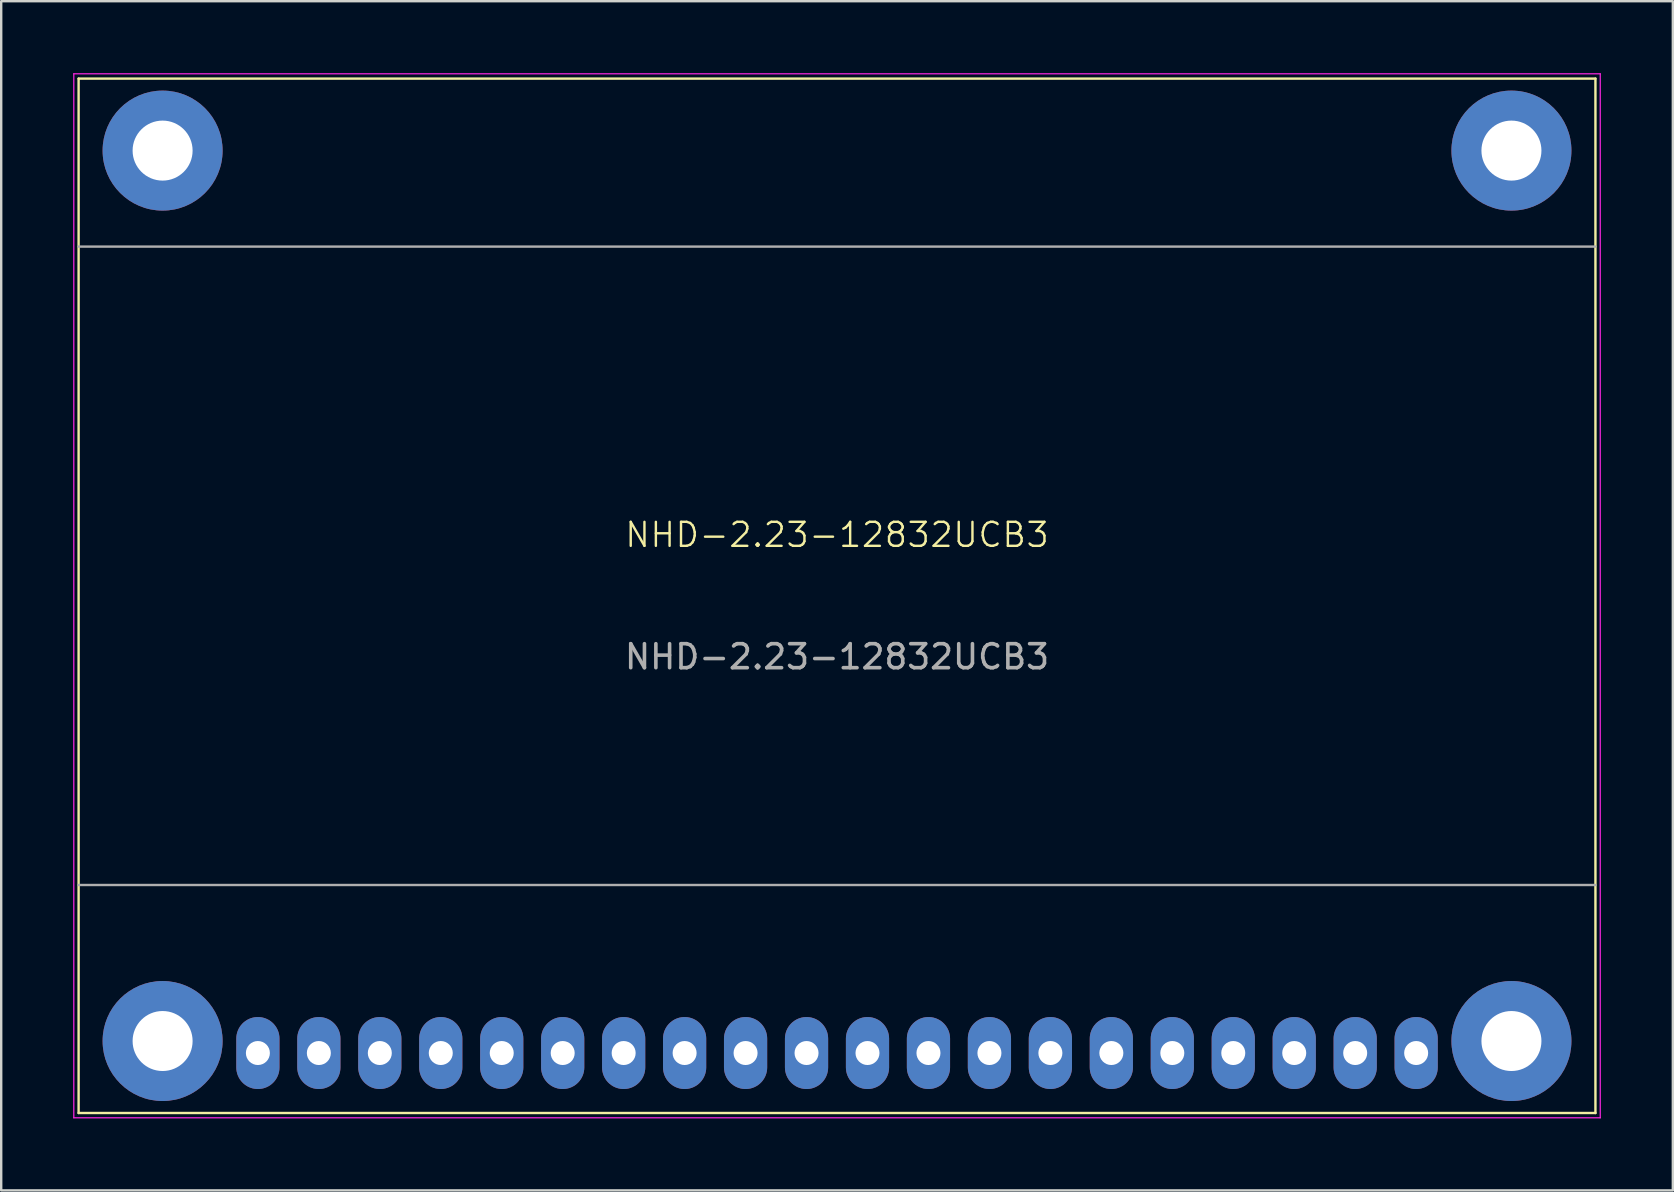
<source format=kicad_pcb>
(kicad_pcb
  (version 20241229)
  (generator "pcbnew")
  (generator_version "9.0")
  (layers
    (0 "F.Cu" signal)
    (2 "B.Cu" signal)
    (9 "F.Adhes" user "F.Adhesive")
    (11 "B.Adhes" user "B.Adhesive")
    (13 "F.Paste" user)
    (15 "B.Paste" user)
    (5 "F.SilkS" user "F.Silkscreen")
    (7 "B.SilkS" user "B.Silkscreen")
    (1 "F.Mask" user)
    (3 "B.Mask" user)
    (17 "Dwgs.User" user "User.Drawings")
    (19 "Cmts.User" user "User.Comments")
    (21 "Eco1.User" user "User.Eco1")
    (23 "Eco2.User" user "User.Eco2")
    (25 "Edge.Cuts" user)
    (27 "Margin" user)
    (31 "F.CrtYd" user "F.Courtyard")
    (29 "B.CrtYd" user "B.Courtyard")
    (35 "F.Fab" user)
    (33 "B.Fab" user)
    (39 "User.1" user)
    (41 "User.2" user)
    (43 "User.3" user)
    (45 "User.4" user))
  (footprint "NHD-2.23-12832UCB3"
    (layer "F.Cu")
    (at 31.825 21.775)
    (property "Reference" "NHD-2.23-12832UCB3" (at 0 -2.54 0) (unlocked yes) (layer "F.SilkS") (effects (font (size 1 1) (thickness 0.1))))
    (attr through_hole)
    (fp_line (start -31.6 -21.55) (end -31.6 21.55) (stroke (width 0.1) (type default)) (layer "F.SilkS"))
    (fp_line (start -31.6 -21.55) (end 31.6 -21.55) (stroke (width 0.1) (type default)) (layer "F.SilkS"))
    (fp_line (start 31.6 21.55) (end -31.6 21.55) (stroke (width 0.1) (type default)) (layer "F.SilkS"))
    (fp_line (start 31.6 21.55) (end 31.6 -21.55) (stroke (width 0.1) (type default)) (layer "F.SilkS"))
    (fp_line (start -31.8 21.75) (end -31.8 -21.75) (stroke (width 0.05) (type default)) (layer "F.CrtYd"))
    (fp_line (start -31.8 21.75) (end 31.8 21.75) (stroke (width 0.05) (type default)) (layer "F.CrtYd"))
    (fp_line (start 31.8 -21.75) (end -31.8 -21.75) (stroke (width 0.05) (type default)) (layer "F.CrtYd"))
    (fp_line (start 31.8 21.75) (end 31.8 -21.75) (stroke (width 0.05) (type default)) (layer "F.CrtYd"))
    (fp_line (start -31.6 -14.55) (end 31.6 -14.55) (stroke (width 0.1) (type default)) (layer "F.Fab"))
    (fp_line (start -31.6 12.05) (end 31.6 12.05) (stroke (width 0.1) (type default)) (layer "F.Fab"))
    (fp_text user "${REFERENCE}" (at 0 2.54 0) (unlocked yes) (layer "F.Fab") (effects (font (size 1 1) (thickness 0.15))))
    (pad "1" thru_hole oval (at -24.13 19.05) (size 1.8 3) (drill 1) (layers "*.Cu" "*.Mask"))
    (pad "2" thru_hole oval (at -21.59 19.05) (size 1.8 3) (drill 1) (layers "*.Cu" "*.Mask"))
    (pad "3" thru_hole oval (at -19.05 19.05) (size 1.8 3) (drill 1) (layers "*.Cu" "*.Mask"))
    (pad "4" thru_hole oval (at -16.51 19.05) (size 1.8 3) (drill 1) (layers "*.Cu" "*.Mask"))
    (pad "5" thru_hole oval (at -13.97 19.05) (size 1.8 3) (drill 1) (layers "*.Cu" "*.Mask"))
    (pad "6" thru_hole oval (at -11.43 19.05) (size 1.8 3) (drill 1) (layers "*.Cu" "*.Mask"))
    (pad "7" thru_hole oval (at -8.89 19.05) (size 1.8 3) (drill 1) (layers "*.Cu" "*.Mask"))
    (pad "8" thru_hole oval (at -6.35 19.05) (size 1.8 3) (drill 1) (layers "*.Cu" "*.Mask"))
    (pad "9" thru_hole oval (at -3.81 19.05) (size 1.8 3) (drill 1) (layers "*.Cu" "*.Mask"))
    (pad "10" thru_hole oval (at -1.27 19.05) (size 1.8 3) (drill 1) (layers "*.Cu" "*.Mask"))
    (pad "11" thru_hole oval (at 1.27 19.05) (size 1.8 3) (drill 1) (layers "*.Cu" "*.Mask"))
    (pad "12" thru_hole oval (at 3.81 19.05) (size 1.8 3) (drill 1) (layers "*.Cu" "*.Mask"))
    (pad "13" thru_hole oval (at 6.35 19.05) (size 1.8 3) (drill 1) (layers "*.Cu" "*.Mask"))
    (pad "14" thru_hole oval (at 8.89 19.05) (size 1.8 3) (drill 1) (layers "*.Cu" "*.Mask"))
    (pad "15" thru_hole oval (at 11.43 19.05) (size 1.8 3) (drill 1) (layers "*.Cu" "*.Mask"))
    (pad "16" thru_hole oval (at 13.97 19.05) (size 1.8 3) (drill 1) (layers "*.Cu" "*.Mask"))
    (pad "17" thru_hole oval (at 16.51 19.05) (size 1.8 3) (drill 1) (layers "*.Cu" "*.Mask"))
    (pad "18" thru_hole oval (at 19.05 19.05) (size 1.8 3) (drill 1) (layers "*.Cu" "*.Mask"))
    (pad "19" thru_hole oval (at 21.59 19.05) (size 1.8 3) (drill 1) (layers "*.Cu" "*.Mask"))
    (pad "20" thru_hole oval (at 24.13 19.05) (size 1.8 3) (drill 1) (layers "*.Cu" "*.Mask"))
    (pad "CH1" thru_hole oval (at -28.1 -18.55) (size 5 5) (drill 2.5) (layers "*.Cu" "*.Mask"))
    (pad "CH2" thru_hole oval (at 28.1 -18.55) (size 5 5) (drill 2.5) (layers "*.Cu" "*.Mask"))
    (pad "CH3" thru_hole oval (at -28.1 18.55) (size 5 5) (drill 2.5) (layers "*.Cu" "*.Mask"))
    (pad "CH4" thru_hole oval (at 28.1 18.55) (size 5 5) (drill 2.5) (layers "*.Cu" "*.Mask")))
  (gr_rect
    (start -3 -3)
    (end 66.65 46.55)
    (stroke (width 0.1) (type default))
    (fill no)
    (layer "Edge.Cuts")))
</source>
